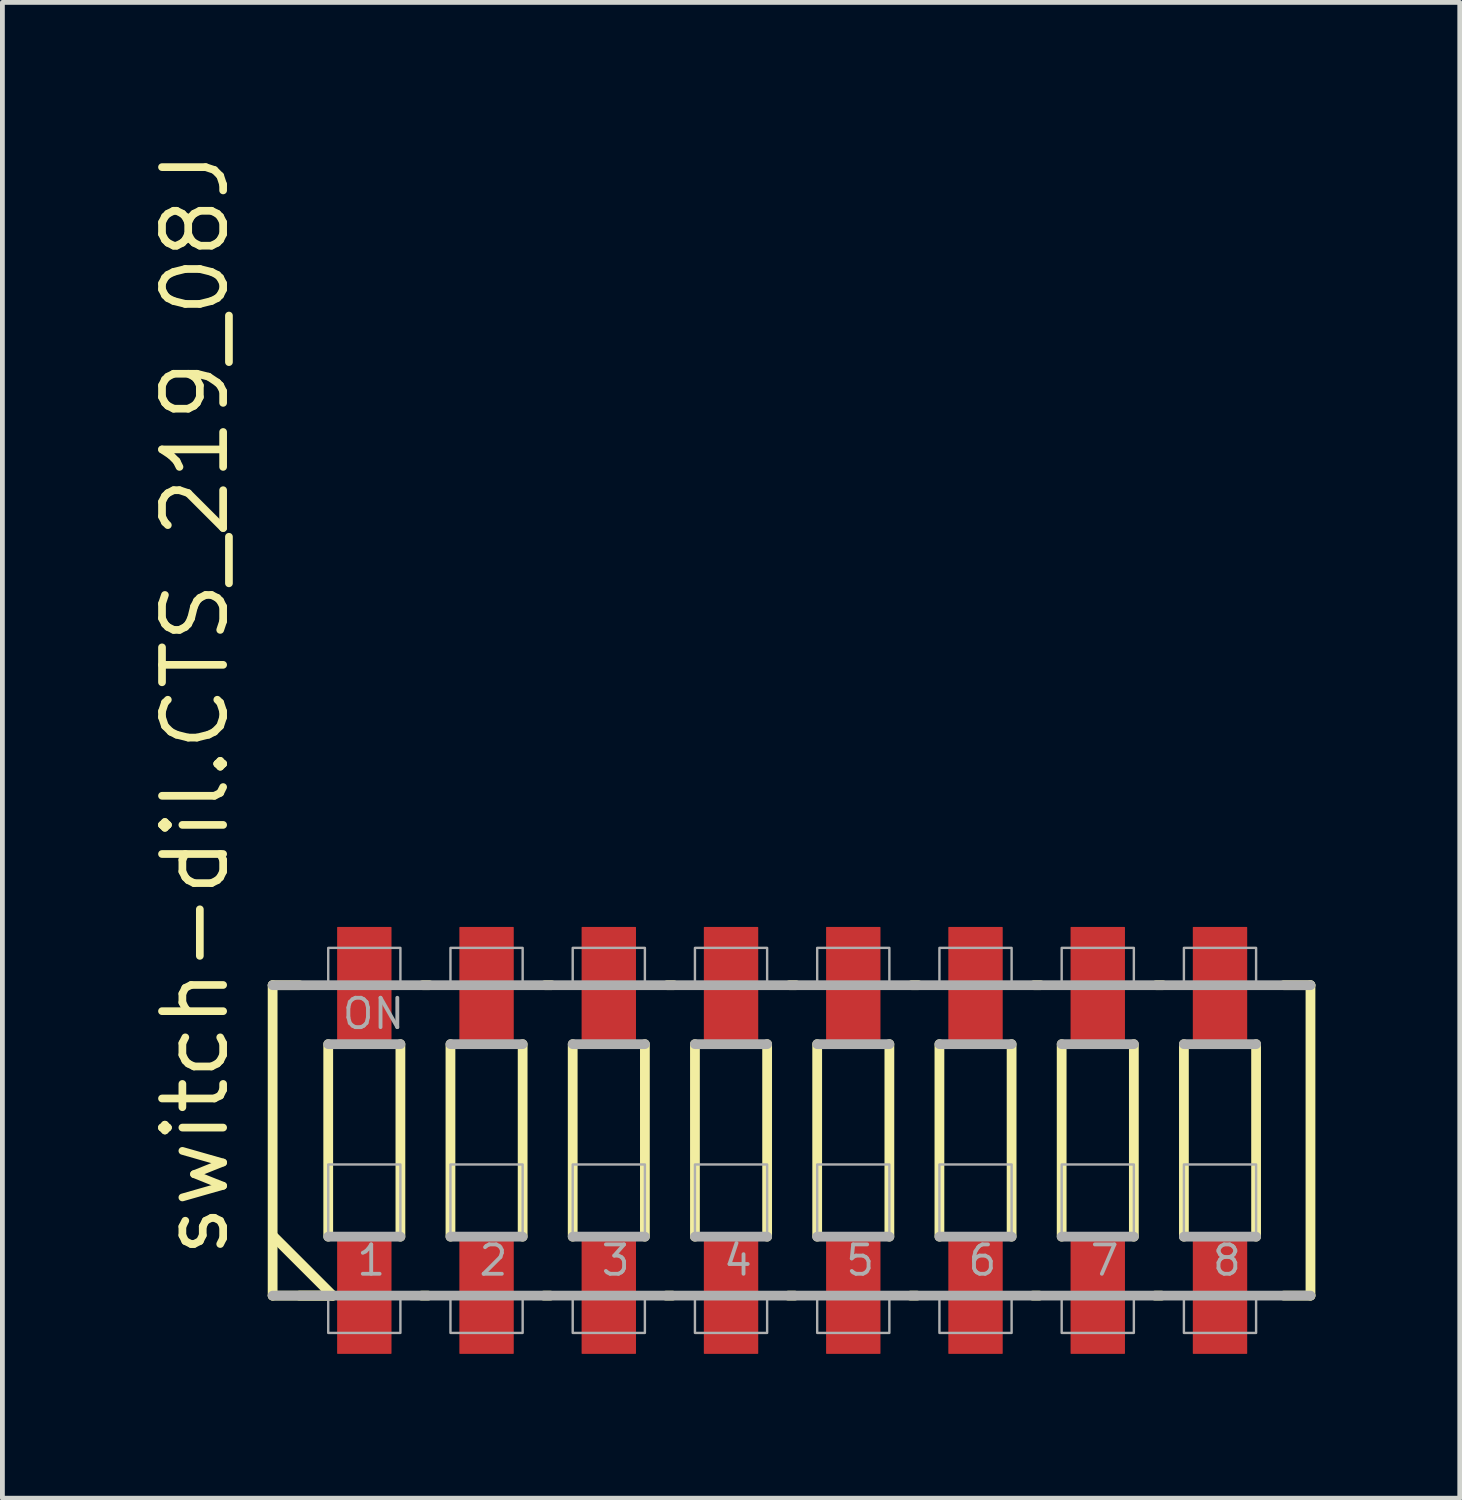
<source format=kicad_pcb>
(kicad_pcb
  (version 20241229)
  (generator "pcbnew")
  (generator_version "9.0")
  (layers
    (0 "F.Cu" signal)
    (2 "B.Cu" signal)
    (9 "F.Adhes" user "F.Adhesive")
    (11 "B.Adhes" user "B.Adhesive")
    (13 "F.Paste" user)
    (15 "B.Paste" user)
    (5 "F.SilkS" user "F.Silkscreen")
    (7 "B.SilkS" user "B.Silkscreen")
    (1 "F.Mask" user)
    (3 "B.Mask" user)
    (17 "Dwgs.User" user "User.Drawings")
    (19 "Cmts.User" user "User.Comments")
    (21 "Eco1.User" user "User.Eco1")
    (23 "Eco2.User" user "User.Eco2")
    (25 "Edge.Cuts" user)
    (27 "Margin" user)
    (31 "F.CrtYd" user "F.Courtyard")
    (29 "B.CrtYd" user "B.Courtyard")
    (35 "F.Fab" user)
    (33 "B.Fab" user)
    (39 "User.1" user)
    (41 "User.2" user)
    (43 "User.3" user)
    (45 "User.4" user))
  (footprint "switch-dil.CTS_219_08J"
    (layer "F.Cu")
    (at 13.41 20.646)
    (property "Reference" "switch-dil.CTS_219_08J" (at -11.66 2.5 90) (layer "F.SilkS") (effects (font (size 1.27 1.27) (thickness 0.16)) (justify left bottom)))
    (attr smd)
    (fp_line (start -10.795 -3.225) (end -10.24 -3.225) (stroke (width 0.203) (type default)) (layer "F.SilkS"))
    (fp_line (start -10.795 3.225) (end -10.795 -3.225) (stroke (width 0.203) (type default)) (layer "F.SilkS"))
    (fp_line (start -10.77 2) (end -9.545 3.225) (stroke (width 0.203) (type default)) (layer "F.SilkS"))
    (fp_line (start -10.24 3.225) (end -9.545 3.225) (stroke (width 0.203) (type default)) (layer "F.SilkS"))
    (fp_line (start -9.64 2) (end -9.64 -2) (stroke (width 0.203) (type default)) (layer "F.SilkS"))
    (fp_line (start -9.545 3.225) (end -10.795 3.225) (stroke (width 0.203) (type default)) (layer "F.SilkS"))
    (fp_line (start -8.14 -2) (end -8.14 2) (stroke (width 0.203) (type default)) (layer "F.SilkS"))
    (fp_line (start -7.7 3.225) (end -7.565 3.225) (stroke (width 0.203) (type default)) (layer "F.SilkS"))
    (fp_line (start -7.54 -3.225) (end -7.675 -3.225) (stroke (width 0.203) (type default)) (layer "F.SilkS"))
    (fp_line (start -7.1 2) (end -7.1 -2) (stroke (width 0.203) (type default)) (layer "F.SilkS"))
    (fp_line (start -5.6 -2) (end -5.6 2) (stroke (width 0.203) (type default)) (layer "F.SilkS"))
    (fp_line (start -5.16 3.225) (end -5.025 3.225) (stroke (width 0.203) (type default)) (layer "F.SilkS"))
    (fp_line (start -5 -3.225) (end -5.135 -3.225) (stroke (width 0.203) (type default)) (layer "F.SilkS"))
    (fp_line (start -4.56 2) (end -4.56 -2) (stroke (width 0.203) (type default)) (layer "F.SilkS"))
    (fp_line (start -3.06 -2) (end -3.06 2) (stroke (width 0.203) (type default)) (layer "F.SilkS"))
    (fp_line (start -2.62 3.225) (end -2.485 3.225) (stroke (width 0.203) (type default)) (layer "F.SilkS"))
    (fp_line (start -2.46 -3.225) (end -2.595 -3.225) (stroke (width 0.203) (type default)) (layer "F.SilkS"))
    (fp_line (start -2.02 2) (end -2.02 -2) (stroke (width 0.203) (type default)) (layer "F.SilkS"))
    (fp_line (start -0.52 -2) (end -0.52 2) (stroke (width 0.203) (type default)) (layer "F.SilkS"))
    (fp_line (start -0.08 3.225) (end 0.055 3.225) (stroke (width 0.203) (type default)) (layer "F.SilkS"))
    (fp_line (start 0.08 -3.225) (end -0.055 -3.225) (stroke (width 0.203) (type default)) (layer "F.SilkS"))
    (fp_line (start 0.52 2) (end 0.52 -2) (stroke (width 0.203) (type default)) (layer "F.SilkS"))
    (fp_line (start 2.02 -2) (end 2.02 2) (stroke (width 0.203) (type default)) (layer "F.SilkS"))
    (fp_line (start 2.46 3.225) (end 2.595 3.225) (stroke (width 0.203) (type default)) (layer "F.SilkS"))
    (fp_line (start 2.62 -3.225) (end 2.485 -3.225) (stroke (width 0.203) (type default)) (layer "F.SilkS"))
    (fp_line (start 3.06 2) (end 3.06 -2) (stroke (width 0.203) (type default)) (layer "F.SilkS"))
    (fp_line (start 4.56 -2) (end 4.56 2) (stroke (width 0.203) (type default)) (layer "F.SilkS"))
    (fp_line (start 5 3.225) (end 5.135 3.225) (stroke (width 0.203) (type default)) (layer "F.SilkS"))
    (fp_line (start 5.16 -3.225) (end 5.025 -3.225) (stroke (width 0.203) (type default)) (layer "F.SilkS"))
    (fp_line (start 5.6 2) (end 5.6 -2) (stroke (width 0.203) (type default)) (layer "F.SilkS"))
    (fp_line (start 7.1 -2) (end 7.1 2) (stroke (width 0.203) (type default)) (layer "F.SilkS"))
    (fp_line (start 7.54 3.225) (end 7.675 3.225) (stroke (width 0.203) (type default)) (layer "F.SilkS"))
    (fp_line (start 7.7 -3.225) (end 7.565 -3.225) (stroke (width 0.203) (type default)) (layer "F.SilkS"))
    (fp_line (start 8.14 2) (end 8.14 -2) (stroke (width 0.203) (type default)) (layer "F.SilkS"))
    (fp_line (start 9.64 -2) (end 9.64 2) (stroke (width 0.203) (type default)) (layer "F.SilkS"))
    (fp_line (start 10.215 -3.225) (end 10.77 -3.225) (stroke (width 0.203) (type default)) (layer "F.SilkS"))
    (fp_line (start 10.77 -3.225) (end 10.77 3.225) (stroke (width 0.203) (type default)) (layer "F.SilkS"))
    (fp_line (start 10.77 3.225) (end 10.215 3.225) (stroke (width 0.203) (type default)) (layer "F.SilkS"))
    (fp_line (start -10.795 -3.225) (end 10.77 -3.225) (stroke (width 0.203) (type default)) (layer "F.Fab"))
    (fp_line (start -9.64 -2) (end -8.14 -2) (stroke (width 0.203) (type default)) (layer "F.Fab"))
    (fp_line (start -8.14 2) (end -9.64 2) (stroke (width 0.203) (type default)) (layer "F.Fab"))
    (fp_line (start -7.1 -2) (end -5.6 -2) (stroke (width 0.203) (type default)) (layer "F.Fab"))
    (fp_line (start -5.6 2) (end -7.1 2) (stroke (width 0.203) (type default)) (layer "F.Fab"))
    (fp_line (start -4.56 -2) (end -3.06 -2) (stroke (width 0.203) (type default)) (layer "F.Fab"))
    (fp_line (start -3.06 2) (end -4.56 2) (stroke (width 0.203) (type default)) (layer "F.Fab"))
    (fp_line (start -2.02 -2) (end -0.52 -2) (stroke (width 0.203) (type default)) (layer "F.Fab"))
    (fp_line (start -0.52 2) (end -2.02 2) (stroke (width 0.203) (type default)) (layer "F.Fab"))
    (fp_line (start 0.52 -2) (end 2.02 -2) (stroke (width 0.203) (type default)) (layer "F.Fab"))
    (fp_line (start 2.02 2) (end 0.52 2) (stroke (width 0.203) (type default)) (layer "F.Fab"))
    (fp_line (start 3.06 -2) (end 4.56 -2) (stroke (width 0.203) (type default)) (layer "F.Fab"))
    (fp_line (start 4.56 2) (end 3.06 2) (stroke (width 0.203) (type default)) (layer "F.Fab"))
    (fp_line (start 5.6 -2) (end 7.1 -2) (stroke (width 0.203) (type default)) (layer "F.Fab"))
    (fp_line (start 7.1 2) (end 5.6 2) (stroke (width 0.203) (type default)) (layer "F.Fab"))
    (fp_line (start 8.14 -2) (end 9.64 -2) (stroke (width 0.203) (type default)) (layer "F.Fab"))
    (fp_line (start 9.64 2) (end 8.14 2) (stroke (width 0.203) (type default)) (layer "F.Fab"))
    (fp_line (start 10.77 3.225) (end -10.795 3.225) (stroke (width 0.203) (type default)) (layer "F.Fab"))
    (fp_rect (start -9.64 -3.25) (end -8.14 -4) (stroke (width 0.05) (type default)) (fill no) (layer "F.Fab"))
    (fp_rect (start -9.64 2) (end -8.14 0.5) (stroke (width 0.05) (type default)) (fill no) (layer "F.Fab"))
    (fp_rect (start -9.64 4) (end -8.14 3.25) (stroke (width 0.05) (type default)) (fill no) (layer "F.Fab"))
    (fp_rect (start -7.1 -3.25) (end -5.6 -4) (stroke (width 0.05) (type default)) (fill no) (layer "F.Fab"))
    (fp_rect (start -7.1 2) (end -5.6 0.5) (stroke (width 0.05) (type default)) (fill no) (layer "F.Fab"))
    (fp_rect (start -7.1 4) (end -5.6 3.25) (stroke (width 0.05) (type default)) (fill no) (layer "F.Fab"))
    (fp_rect (start -4.56 -3.25) (end -3.06 -4) (stroke (width 0.05) (type default)) (fill no) (layer "F.Fab"))
    (fp_rect (start -4.56 2) (end -3.06 0.5) (stroke (width 0.05) (type default)) (fill no) (layer "F.Fab"))
    (fp_rect (start -4.56 4) (end -3.06 3.25) (stroke (width 0.05) (type default)) (fill no) (layer "F.Fab"))
    (fp_rect (start -2.02 -3.25) (end -0.52 -4) (stroke (width 0.05) (type default)) (fill no) (layer "F.Fab"))
    (fp_rect (start -2.02 2) (end -0.52 0.5) (stroke (width 0.05) (type default)) (fill no) (layer "F.Fab"))
    (fp_rect (start -2.02 4) (end -0.52 3.25) (stroke (width 0.05) (type default)) (fill no) (layer "F.Fab"))
    (fp_rect (start 0.52 -3.25) (end 2.02 -4) (stroke (width 0.05) (type default)) (fill no) (layer "F.Fab"))
    (fp_rect (start 0.52 2) (end 2.02 0.5) (stroke (width 0.05) (type default)) (fill no) (layer "F.Fab"))
    (fp_rect (start 0.52 4) (end 2.02 3.25) (stroke (width 0.05) (type default)) (fill no) (layer "F.Fab"))
    (fp_rect (start 3.06 -3.25) (end 4.56 -4) (stroke (width 0.05) (type default)) (fill no) (layer "F.Fab"))
    (fp_rect (start 3.06 2) (end 4.56 0.5) (stroke (width 0.05) (type default)) (fill no) (layer "F.Fab"))
    (fp_rect (start 3.06 4) (end 4.56 3.25) (stroke (width 0.05) (type default)) (fill no) (layer "F.Fab"))
    (fp_rect (start 5.6 -3.25) (end 7.1 -4) (stroke (width 0.05) (type default)) (fill no) (layer "F.Fab"))
    (fp_rect (start 5.6 2) (end 7.1 0.5) (stroke (width 0.05) (type default)) (fill no) (layer "F.Fab"))
    (fp_rect (start 5.6 4) (end 7.1 3.25) (stroke (width 0.05) (type default)) (fill no) (layer "F.Fab"))
    (fp_rect (start 8.14 -3.25) (end 9.64 -4) (stroke (width 0.05) (type default)) (fill no) (layer "F.Fab"))
    (fp_rect (start 8.14 2) (end 9.64 0.5) (stroke (width 0.05) (type default)) (fill no) (layer "F.Fab"))
    (fp_rect (start 8.14 4) (end 9.64 3.25) (stroke (width 0.05) (type default)) (fill no) (layer "F.Fab"))
    (fp_text user "8" (at 8.69 2.85 0) (layer "F.Fab") (effects (font (size 0.61 0.61) (thickness 0.08)) (justify left bottom)))
    (fp_text user "3" (at -4.01 2.85 0) (layer "F.Fab") (effects (font (size 0.61 0.61) (thickness 0.08)) (justify left bottom)))
    (fp_text user "6" (at 3.61 2.85 0) (layer "F.Fab") (effects (font (size 0.61 0.61) (thickness 0.08)) (justify left bottom)))
    (fp_text user "2" (at -6.55 2.85 0) (layer "F.Fab") (effects (font (size 0.61 0.61) (thickness 0.08)) (justify left bottom)))
    (fp_text user "5" (at 1.07 2.85 0) (layer "F.Fab") (effects (font (size 0.61 0.61) (thickness 0.08)) (justify left bottom)))
    (fp_text user "ON" (at -9.39 -2.275 0) (layer "F.Fab") (effects (font (size 0.61 0.61) (thickness 0.08)) (justify left bottom)))
    (fp_text user "1" (at -9.09 2.85 0) (layer "F.Fab") (effects (font (size 0.61 0.61) (thickness 0.08)) (justify left bottom)))
    (fp_text user "4" (at -1.47 2.85 0) (layer "F.Fab") (effects (font (size 0.61 0.61) (thickness 0.08)) (justify left bottom)))
    (fp_text user "7" (at 6.15 2.85 0) (layer "F.Fab") (effects (font (size 0.61 0.61) (thickness 0.08)) (justify left bottom)))
    (pad "1" smd roundrect (at -8.89 3.215) (size 1.13 2.44) (layers "F.Cu" "F.Mask" "F.Paste") (roundrect_rratio 0.01))
    (pad "2" smd roundrect (at -6.35 3.215) (size 1.13 2.44) (layers "F.Cu" "F.Mask" "F.Paste") (roundrect_rratio 0.01))
    (pad "3" smd roundrect (at -3.81 3.215) (size 1.13 2.44) (layers "F.Cu" "F.Mask" "F.Paste") (roundrect_rratio 0.01))
    (pad "4" smd roundrect (at -1.27 3.215) (size 1.13 2.44) (layers "F.Cu" "F.Mask" "F.Paste") (roundrect_rratio 0.01))
    (pad "5" smd roundrect (at 1.27 3.215) (size 1.13 2.44) (layers "F.Cu" "F.Mask" "F.Paste") (roundrect_rratio 0.01))
    (pad "6" smd roundrect (at 3.81 3.215) (size 1.13 2.44) (layers "F.Cu" "F.Mask" "F.Paste") (roundrect_rratio 0.01))
    (pad "7" smd roundrect (at 6.35 3.215) (size 1.13 2.44) (layers "F.Cu" "F.Mask" "F.Paste") (roundrect_rratio 0.01))
    (pad "8" smd roundrect (at 8.89 3.215) (size 1.13 2.44) (layers "F.Cu" "F.Mask" "F.Paste") (roundrect_rratio 0.01))
    (pad "9" smd roundrect (at 8.89 -3.215 180) (size 1.13 2.44) (layers "F.Cu" "F.Mask" "F.Paste") (roundrect_rratio 0.01))
    (pad "10" smd roundrect (at 6.35 -3.215 180) (size 1.13 2.44) (layers "F.Cu" "F.Mask" "F.Paste") (roundrect_rratio 0.01))
    (pad "11" smd roundrect (at 3.81 -3.215 180) (size 1.13 2.44) (layers "F.Cu" "F.Mask" "F.Paste") (roundrect_rratio 0.01))
    (pad "12" smd roundrect (at 1.27 -3.215 180) (size 1.13 2.44) (layers "F.Cu" "F.Mask" "F.Paste") (roundrect_rratio 0.01))
    (pad "13" smd roundrect (at -1.27 -3.215 180) (size 1.13 2.44) (layers "F.Cu" "F.Mask" "F.Paste") (roundrect_rratio 0.01))
    (pad "14" smd roundrect (at -3.81 -3.215 180) (size 1.13 2.44) (layers "F.Cu" "F.Mask" "F.Paste") (roundrect_rratio 0.01))
    (pad "15" smd roundrect (at -6.35 -3.215 180) (size 1.13 2.44) (layers "F.Cu" "F.Mask" "F.Paste") (roundrect_rratio 0.01))
    (pad "16" smd roundrect (at -8.89 -3.215 180) (size 1.13 2.44) (layers "F.Cu" "F.Mask" "F.Paste") (roundrect_rratio 0.01)))
  (gr_rect
    (start -3 -3)
    (end 27.282 28.081)
    (stroke (width 0.1) (type default))
    (fill no)
    (layer "Edge.Cuts")))
</source>
